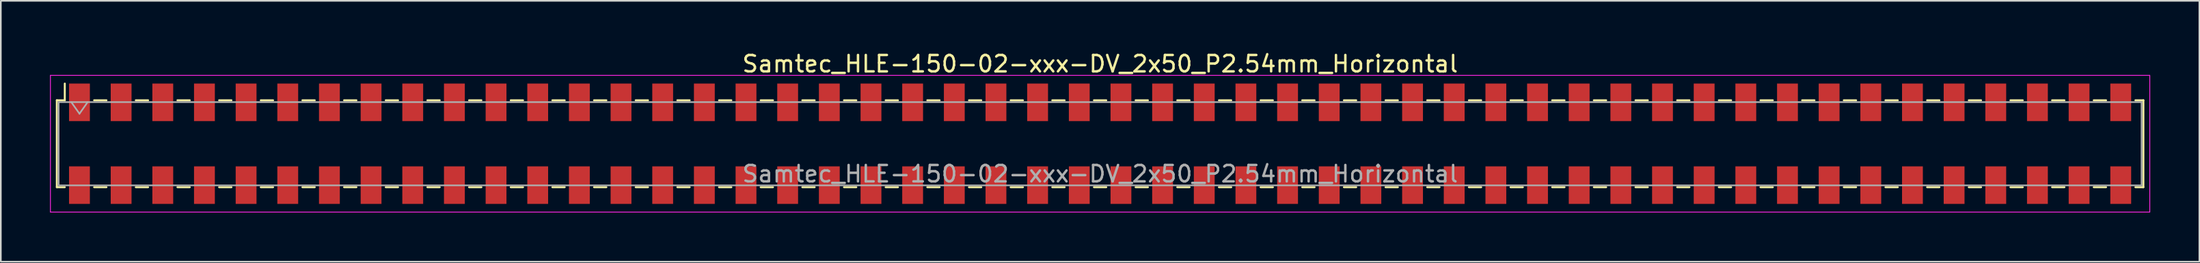
<source format=kicad_pcb>
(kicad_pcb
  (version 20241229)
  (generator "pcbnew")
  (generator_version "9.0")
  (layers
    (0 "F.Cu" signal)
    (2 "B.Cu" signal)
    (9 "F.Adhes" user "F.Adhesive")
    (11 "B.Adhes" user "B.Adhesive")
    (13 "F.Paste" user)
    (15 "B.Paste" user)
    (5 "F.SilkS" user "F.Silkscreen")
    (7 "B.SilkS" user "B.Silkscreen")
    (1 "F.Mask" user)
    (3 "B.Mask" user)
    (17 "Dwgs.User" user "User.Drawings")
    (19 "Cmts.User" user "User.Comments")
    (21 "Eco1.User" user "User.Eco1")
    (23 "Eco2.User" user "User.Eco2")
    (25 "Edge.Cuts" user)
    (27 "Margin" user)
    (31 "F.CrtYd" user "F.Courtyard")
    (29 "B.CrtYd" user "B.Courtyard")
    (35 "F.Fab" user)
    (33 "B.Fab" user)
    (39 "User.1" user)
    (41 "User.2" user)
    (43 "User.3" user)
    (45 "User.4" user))
  (footprint "Samtec_HLE-150-02-xxx-DV_2x50_P2.54mm_Horizontal"
    (layer "F.Cu")
    (at 64.025 5.718)
    (property "Reference" "Samtec_HLE-150-02-xxx-DV_2x50_P2.54mm_Horizontal" (at 0 -4.87 0) (layer "F.SilkS") (effects (font (size 1 1) (thickness 0.15))))
    (attr smd)
    (fp_line (start -63.61 -2.65) (end -63.61 2.65) (stroke (width 0.12) (type solid)) (layer "F.SilkS"))
    (fp_line (start -63.61 2.65) (end -63.125 2.65) (stroke (width 0.12) (type solid)) (layer "F.SilkS"))
    (fp_line (start -63.125 -3.67) (end -63.125 -2.65) (stroke (width 0.12) (type solid)) (layer "F.SilkS"))
    (fp_line (start -63.125 -2.65) (end -63.61 -2.65) (stroke (width 0.12) (type solid)) (layer "F.SilkS"))
    (fp_line (start -61.335 -2.65) (end -60.585 -2.65) (stroke (width 0.12) (type solid)) (layer "F.SilkS"))
    (fp_line (start -61.335 2.65) (end -60.585 2.65) (stroke (width 0.12) (type solid)) (layer "F.SilkS"))
    (fp_line (start -58.795 -2.65) (end -58.045 -2.65) (stroke (width 0.12) (type solid)) (layer "F.SilkS"))
    (fp_line (start -58.795 2.65) (end -58.045 2.65) (stroke (width 0.12) (type solid)) (layer "F.SilkS"))
    (fp_line (start -56.255 -2.65) (end -55.505 -2.65) (stroke (width 0.12) (type solid)) (layer "F.SilkS"))
    (fp_line (start -56.255 2.65) (end -55.505 2.65) (stroke (width 0.12) (type solid)) (layer "F.SilkS"))
    (fp_line (start -53.715 -2.65) (end -52.965 -2.65) (stroke (width 0.12) (type solid)) (layer "F.SilkS"))
    (fp_line (start -53.715 2.65) (end -52.965 2.65) (stroke (width 0.12) (type solid)) (layer "F.SilkS"))
    (fp_line (start -51.175 -2.65) (end -50.425 -2.65) (stroke (width 0.12) (type solid)) (layer "F.SilkS"))
    (fp_line (start -51.175 2.65) (end -50.425 2.65) (stroke (width 0.12) (type solid)) (layer "F.SilkS"))
    (fp_line (start -48.635 -2.65) (end -47.885 -2.65) (stroke (width 0.12) (type solid)) (layer "F.SilkS"))
    (fp_line (start -48.635 2.65) (end -47.885 2.65) (stroke (width 0.12) (type solid)) (layer "F.SilkS"))
    (fp_line (start -46.095 -2.65) (end -45.345 -2.65) (stroke (width 0.12) (type solid)) (layer "F.SilkS"))
    (fp_line (start -46.095 2.65) (end -45.345 2.65) (stroke (width 0.12) (type solid)) (layer "F.SilkS"))
    (fp_line (start -43.555 -2.65) (end -42.805 -2.65) (stroke (width 0.12) (type solid)) (layer "F.SilkS"))
    (fp_line (start -43.555 2.65) (end -42.805 2.65) (stroke (width 0.12) (type solid)) (layer "F.SilkS"))
    (fp_line (start -41.015 -2.65) (end -40.265 -2.65) (stroke (width 0.12) (type solid)) (layer "F.SilkS"))
    (fp_line (start -41.015 2.65) (end -40.265 2.65) (stroke (width 0.12) (type solid)) (layer "F.SilkS"))
    (fp_line (start -38.475 -2.65) (end -37.725 -2.65) (stroke (width 0.12) (type solid)) (layer "F.SilkS"))
    (fp_line (start -38.475 2.65) (end -37.725 2.65) (stroke (width 0.12) (type solid)) (layer "F.SilkS"))
    (fp_line (start -35.935 -2.65) (end -35.185 -2.65) (stroke (width 0.12) (type solid)) (layer "F.SilkS"))
    (fp_line (start -35.935 2.65) (end -35.185 2.65) (stroke (width 0.12) (type solid)) (layer "F.SilkS"))
    (fp_line (start -33.395 -2.65) (end -32.645 -2.65) (stroke (width 0.12) (type solid)) (layer "F.SilkS"))
    (fp_line (start -33.395 2.65) (end -32.645 2.65) (stroke (width 0.12) (type solid)) (layer "F.SilkS"))
    (fp_line (start -30.855 -2.65) (end -30.105 -2.65) (stroke (width 0.12) (type solid)) (layer "F.SilkS"))
    (fp_line (start -30.855 2.65) (end -30.105 2.65) (stroke (width 0.12) (type solid)) (layer "F.SilkS"))
    (fp_line (start -28.315 -2.65) (end -27.565 -2.65) (stroke (width 0.12) (type solid)) (layer "F.SilkS"))
    (fp_line (start -28.315 2.65) (end -27.565 2.65) (stroke (width 0.12) (type solid)) (layer "F.SilkS"))
    (fp_line (start -25.775 -2.65) (end -25.025 -2.65) (stroke (width 0.12) (type solid)) (layer "F.SilkS"))
    (fp_line (start -25.775 2.65) (end -25.025 2.65) (stroke (width 0.12) (type solid)) (layer "F.SilkS"))
    (fp_line (start -23.235 -2.65) (end -22.485 -2.65) (stroke (width 0.12) (type solid)) (layer "F.SilkS"))
    (fp_line (start -23.235 2.65) (end -22.485 2.65) (stroke (width 0.12) (type solid)) (layer "F.SilkS"))
    (fp_line (start -20.695 -2.65) (end -19.945 -2.65) (stroke (width 0.12) (type solid)) (layer "F.SilkS"))
    (fp_line (start -20.695 2.65) (end -19.945 2.65) (stroke (width 0.12) (type solid)) (layer "F.SilkS"))
    (fp_line (start -18.155 -2.65) (end -17.405 -2.65) (stroke (width 0.12) (type solid)) (layer "F.SilkS"))
    (fp_line (start -18.155 2.65) (end -17.405 2.65) (stroke (width 0.12) (type solid)) (layer "F.SilkS"))
    (fp_line (start -15.615 -2.65) (end -14.865 -2.65) (stroke (width 0.12) (type solid)) (layer "F.SilkS"))
    (fp_line (start -15.615 2.65) (end -14.865 2.65) (stroke (width 0.12) (type solid)) (layer "F.SilkS"))
    (fp_line (start -13.075 -2.65) (end -12.325 -2.65) (stroke (width 0.12) (type solid)) (layer "F.SilkS"))
    (fp_line (start -13.075 2.65) (end -12.325 2.65) (stroke (width 0.12) (type solid)) (layer "F.SilkS"))
    (fp_line (start -10.535 -2.65) (end -9.785 -2.65) (stroke (width 0.12) (type solid)) (layer "F.SilkS"))
    (fp_line (start -10.535 2.65) (end -9.785 2.65) (stroke (width 0.12) (type solid)) (layer "F.SilkS"))
    (fp_line (start -7.995 -2.65) (end -7.245 -2.65) (stroke (width 0.12) (type solid)) (layer "F.SilkS"))
    (fp_line (start -7.995 2.65) (end -7.245 2.65) (stroke (width 0.12) (type solid)) (layer "F.SilkS"))
    (fp_line (start -5.455 -2.65) (end -4.705 -2.65) (stroke (width 0.12) (type solid)) (layer "F.SilkS"))
    (fp_line (start -5.455 2.65) (end -4.705 2.65) (stroke (width 0.12) (type solid)) (layer "F.SilkS"))
    (fp_line (start -2.915 -2.65) (end -2.165 -2.65) (stroke (width 0.12) (type solid)) (layer "F.SilkS"))
    (fp_line (start -2.915 2.65) (end -2.165 2.65) (stroke (width 0.12) (type solid)) (layer "F.SilkS"))
    (fp_line (start -0.375 -2.65) (end 0.375 -2.65) (stroke (width 0.12) (type solid)) (layer "F.SilkS"))
    (fp_line (start -0.375 2.65) (end 0.375 2.65) (stroke (width 0.12) (type solid)) (layer "F.SilkS"))
    (fp_line (start 2.165 -2.65) (end 2.915 -2.65) (stroke (width 0.12) (type solid)) (layer "F.SilkS"))
    (fp_line (start 2.165 2.65) (end 2.915 2.65) (stroke (width 0.12) (type solid)) (layer "F.SilkS"))
    (fp_line (start 4.705 -2.65) (end 5.455 -2.65) (stroke (width 0.12) (type solid)) (layer "F.SilkS"))
    (fp_line (start 4.705 2.65) (end 5.455 2.65) (stroke (width 0.12) (type solid)) (layer "F.SilkS"))
    (fp_line (start 7.245 -2.65) (end 7.995 -2.65) (stroke (width 0.12) (type solid)) (layer "F.SilkS"))
    (fp_line (start 7.245 2.65) (end 7.995 2.65) (stroke (width 0.12) (type solid)) (layer "F.SilkS"))
    (fp_line (start 9.785 -2.65) (end 10.535 -2.65) (stroke (width 0.12) (type solid)) (layer "F.SilkS"))
    (fp_line (start 9.785 2.65) (end 10.535 2.65) (stroke (width 0.12) (type solid)) (layer "F.SilkS"))
    (fp_line (start 12.325 -2.65) (end 13.075 -2.65) (stroke (width 0.12) (type solid)) (layer "F.SilkS"))
    (fp_line (start 12.325 2.65) (end 13.075 2.65) (stroke (width 0.12) (type solid)) (layer "F.SilkS"))
    (fp_line (start 14.865 -2.65) (end 15.615 -2.65) (stroke (width 0.12) (type solid)) (layer "F.SilkS"))
    (fp_line (start 14.865 2.65) (end 15.615 2.65) (stroke (width 0.12) (type solid)) (layer "F.SilkS"))
    (fp_line (start 17.405 -2.65) (end 18.155 -2.65) (stroke (width 0.12) (type solid)) (layer "F.SilkS"))
    (fp_line (start 17.405 2.65) (end 18.155 2.65) (stroke (width 0.12) (type solid)) (layer "F.SilkS"))
    (fp_line (start 19.945 -2.65) (end 20.695 -2.65) (stroke (width 0.12) (type solid)) (layer "F.SilkS"))
    (fp_line (start 19.945 2.65) (end 20.695 2.65) (stroke (width 0.12) (type solid)) (layer "F.SilkS"))
    (fp_line (start 22.485 -2.65) (end 23.235 -2.65) (stroke (width 0.12) (type solid)) (layer "F.SilkS"))
    (fp_line (start 22.485 2.65) (end 23.235 2.65) (stroke (width 0.12) (type solid)) (layer "F.SilkS"))
    (fp_line (start 25.025 -2.65) (end 25.775 -2.65) (stroke (width 0.12) (type solid)) (layer "F.SilkS"))
    (fp_line (start 25.025 2.65) (end 25.775 2.65) (stroke (width 0.12) (type solid)) (layer "F.SilkS"))
    (fp_line (start 27.565 -2.65) (end 28.315 -2.65) (stroke (width 0.12) (type solid)) (layer "F.SilkS"))
    (fp_line (start 27.565 2.65) (end 28.315 2.65) (stroke (width 0.12) (type solid)) (layer "F.SilkS"))
    (fp_line (start 30.105 -2.65) (end 30.855 -2.65) (stroke (width 0.12) (type solid)) (layer "F.SilkS"))
    (fp_line (start 30.105 2.65) (end 30.855 2.65) (stroke (width 0.12) (type solid)) (layer "F.SilkS"))
    (fp_line (start 32.645 -2.65) (end 33.395 -2.65) (stroke (width 0.12) (type solid)) (layer "F.SilkS"))
    (fp_line (start 32.645 2.65) (end 33.395 2.65) (stroke (width 0.12) (type solid)) (layer "F.SilkS"))
    (fp_line (start 35.185 -2.65) (end 35.935 -2.65) (stroke (width 0.12) (type solid)) (layer "F.SilkS"))
    (fp_line (start 35.185 2.65) (end 35.935 2.65) (stroke (width 0.12) (type solid)) (layer "F.SilkS"))
    (fp_line (start 37.725 -2.65) (end 38.475 -2.65) (stroke (width 0.12) (type solid)) (layer "F.SilkS"))
    (fp_line (start 37.725 2.65) (end 38.475 2.65) (stroke (width 0.12) (type solid)) (layer "F.SilkS"))
    (fp_line (start 40.265 -2.65) (end 41.015 -2.65) (stroke (width 0.12) (type solid)) (layer "F.SilkS"))
    (fp_line (start 40.265 2.65) (end 41.015 2.65) (stroke (width 0.12) (type solid)) (layer "F.SilkS"))
    (fp_line (start 42.805 -2.65) (end 43.555 -2.65) (stroke (width 0.12) (type solid)) (layer "F.SilkS"))
    (fp_line (start 42.805 2.65) (end 43.555 2.65) (stroke (width 0.12) (type solid)) (layer "F.SilkS"))
    (fp_line (start 45.345 -2.65) (end 46.095 -2.65) (stroke (width 0.12) (type solid)) (layer "F.SilkS"))
    (fp_line (start 45.345 2.65) (end 46.095 2.65) (stroke (width 0.12) (type solid)) (layer "F.SilkS"))
    (fp_line (start 47.885 -2.65) (end 48.635 -2.65) (stroke (width 0.12) (type solid)) (layer "F.SilkS"))
    (fp_line (start 47.885 2.65) (end 48.635 2.65) (stroke (width 0.12) (type solid)) (layer "F.SilkS"))
    (fp_line (start 50.425 -2.65) (end 51.175 -2.65) (stroke (width 0.12) (type solid)) (layer "F.SilkS"))
    (fp_line (start 50.425 2.65) (end 51.175 2.65) (stroke (width 0.12) (type solid)) (layer "F.SilkS"))
    (fp_line (start 52.965 -2.65) (end 53.715 -2.65) (stroke (width 0.12) (type solid)) (layer "F.SilkS"))
    (fp_line (start 52.965 2.65) (end 53.715 2.65) (stroke (width 0.12) (type solid)) (layer "F.SilkS"))
    (fp_line (start 55.505 -2.65) (end 56.255 -2.65) (stroke (width 0.12) (type solid)) (layer "F.SilkS"))
    (fp_line (start 55.505 2.65) (end 56.255 2.65) (stroke (width 0.12) (type solid)) (layer "F.SilkS"))
    (fp_line (start 58.045 -2.65) (end 58.795 -2.65) (stroke (width 0.12) (type solid)) (layer "F.SilkS"))
    (fp_line (start 58.045 2.65) (end 58.795 2.65) (stroke (width 0.12) (type solid)) (layer "F.SilkS"))
    (fp_line (start 60.585 -2.65) (end 61.335 -2.65) (stroke (width 0.12) (type solid)) (layer "F.SilkS"))
    (fp_line (start 60.585 2.65) (end 61.335 2.65) (stroke (width 0.12) (type solid)) (layer "F.SilkS"))
    (fp_line (start 63.125 -2.65) (end 63.61 -2.65) (stroke (width 0.12) (type solid)) (layer "F.SilkS"))
    (fp_line (start 63.61 -2.65) (end 63.61 2.65) (stroke (width 0.12) (type solid)) (layer "F.SilkS"))
    (fp_line (start 63.61 2.65) (end 63.125 2.65) (stroke (width 0.12) (type solid)) (layer "F.SilkS"))
    (fp_line (start -64 -4.17) (end 64 -4.17) (stroke (width 0.05) (type solid)) (layer "F.CrtYd"))
    (fp_line (start -64 4.17) (end -64 -4.17) (stroke (width 0.05) (type solid)) (layer "F.CrtYd"))
    (fp_line (start 64 -4.17) (end 64 4.17) (stroke (width 0.05) (type solid)) (layer "F.CrtYd"))
    (fp_line (start 64 4.17) (end -64 4.17) (stroke (width 0.05) (type solid)) (layer "F.CrtYd"))
    (fp_line (start -63.5 -2.54) (end 63.5 -2.54) (stroke (width 0.1) (type solid)) (layer "F.Fab"))
    (fp_line (start -63.5 2.54) (end -63.5 -2.54) (stroke (width 0.1) (type solid)) (layer "F.Fab"))
    (fp_line (start -62.73 -2.54) (end -62.23 -1.833) (stroke (width 0.1) (type solid)) (layer "F.Fab"))
    (fp_line (start -62.23 -1.833) (end -61.73 -2.54) (stroke (width 0.1) (type solid)) (layer "F.Fab"))
    (fp_line (start 63.5 -2.54) (end 63.5 2.54) (stroke (width 0.1) (type solid)) (layer "F.Fab"))
    (fp_line (start 63.5 2.54) (end -63.5 2.54) (stroke (width 0.1) (type solid)) (layer "F.Fab"))
    (fp_text user "${REFERENCE}" (at 0 1.84 0) (layer "F.Fab") (effects (font (size 1 1) (thickness 0.15))))
    (pad "1" smd rect (at -62.23 -2.525) (size 1.27 2.29) (layers "F.Cu" "F.Mask" "F.Paste"))
    (pad "2" smd rect (at -62.23 2.525) (size 1.27 2.29) (layers "F.Cu" "F.Mask" "F.Paste"))
    (pad "3" smd rect (at -59.69 -2.525) (size 1.27 2.29) (layers "F.Cu" "F.Mask" "F.Paste"))
    (pad "4" smd rect (at -59.69 2.525) (size 1.27 2.29) (layers "F.Cu" "F.Mask" "F.Paste"))
    (pad "5" smd rect (at -57.15 -2.525) (size 1.27 2.29) (layers "F.Cu" "F.Mask" "F.Paste"))
    (pad "6" smd rect (at -57.15 2.525) (size 1.27 2.29) (layers "F.Cu" "F.Mask" "F.Paste"))
    (pad "7" smd rect (at -54.61 -2.525) (size 1.27 2.29) (layers "F.Cu" "F.Mask" "F.Paste"))
    (pad "8" smd rect (at -54.61 2.525) (size 1.27 2.29) (layers "F.Cu" "F.Mask" "F.Paste"))
    (pad "9" smd rect (at -52.07 -2.525) (size 1.27 2.29) (layers "F.Cu" "F.Mask" "F.Paste"))
    (pad "10" smd rect (at -52.07 2.525) (size 1.27 2.29) (layers "F.Cu" "F.Mask" "F.Paste"))
    (pad "11" smd rect (at -49.53 -2.525) (size 1.27 2.29) (layers "F.Cu" "F.Mask" "F.Paste"))
    (pad "12" smd rect (at -49.53 2.525) (size 1.27 2.29) (layers "F.Cu" "F.Mask" "F.Paste"))
    (pad "13" smd rect (at -46.99 -2.525) (size 1.27 2.29) (layers "F.Cu" "F.Mask" "F.Paste"))
    (pad "14" smd rect (at -46.99 2.525) (size 1.27 2.29) (layers "F.Cu" "F.Mask" "F.Paste"))
    (pad "15" smd rect (at -44.45 -2.525) (size 1.27 2.29) (layers "F.Cu" "F.Mask" "F.Paste"))
    (pad "16" smd rect (at -44.45 2.525) (size 1.27 2.29) (layers "F.Cu" "F.Mask" "F.Paste"))
    (pad "17" smd rect (at -41.91 -2.525) (size 1.27 2.29) (layers "F.Cu" "F.Mask" "F.Paste"))
    (pad "18" smd rect (at -41.91 2.525) (size 1.27 2.29) (layers "F.Cu" "F.Mask" "F.Paste"))
    (pad "19" smd rect (at -39.37 -2.525) (size 1.27 2.29) (layers "F.Cu" "F.Mask" "F.Paste"))
    (pad "20" smd rect (at -39.37 2.525) (size 1.27 2.29) (layers "F.Cu" "F.Mask" "F.Paste"))
    (pad "21" smd rect (at -36.83 -2.525) (size 1.27 2.29) (layers "F.Cu" "F.Mask" "F.Paste"))
    (pad "22" smd rect (at -36.83 2.525) (size 1.27 2.29) (layers "F.Cu" "F.Mask" "F.Paste"))
    (pad "23" smd rect (at -34.29 -2.525) (size 1.27 2.29) (layers "F.Cu" "F.Mask" "F.Paste"))
    (pad "24" smd rect (at -34.29 2.525) (size 1.27 2.29) (layers "F.Cu" "F.Mask" "F.Paste"))
    (pad "25" smd rect (at -31.75 -2.525) (size 1.27 2.29) (layers "F.Cu" "F.Mask" "F.Paste"))
    (pad "26" smd rect (at -31.75 2.525) (size 1.27 2.29) (layers "F.Cu" "F.Mask" "F.Paste"))
    (pad "27" smd rect (at -29.21 -2.525) (size 1.27 2.29) (layers "F.Cu" "F.Mask" "F.Paste"))
    (pad "28" smd rect (at -29.21 2.525) (size 1.27 2.29) (layers "F.Cu" "F.Mask" "F.Paste"))
    (pad "29" smd rect (at -26.67 -2.525) (size 1.27 2.29) (layers "F.Cu" "F.Mask" "F.Paste"))
    (pad "30" smd rect (at -26.67 2.525) (size 1.27 2.29) (layers "F.Cu" "F.Mask" "F.Paste"))
    (pad "31" smd rect (at -24.13 -2.525) (size 1.27 2.29) (layers "F.Cu" "F.Mask" "F.Paste"))
    (pad "32" smd rect (at -24.13 2.525) (size 1.27 2.29) (layers "F.Cu" "F.Mask" "F.Paste"))
    (pad "33" smd rect (at -21.59 -2.525) (size 1.27 2.29) (layers "F.Cu" "F.Mask" "F.Paste"))
    (pad "34" smd rect (at -21.59 2.525) (size 1.27 2.29) (layers "F.Cu" "F.Mask" "F.Paste"))
    (pad "35" smd rect (at -19.05 -2.525) (size 1.27 2.29) (layers "F.Cu" "F.Mask" "F.Paste"))
    (pad "36" smd rect (at -19.05 2.525) (size 1.27 2.29) (layers "F.Cu" "F.Mask" "F.Paste"))
    (pad "37" smd rect (at -16.51 -2.525) (size 1.27 2.29) (layers "F.Cu" "F.Mask" "F.Paste"))
    (pad "38" smd rect (at -16.51 2.525) (size 1.27 2.29) (layers "F.Cu" "F.Mask" "F.Paste"))
    (pad "39" smd rect (at -13.97 -2.525) (size 1.27 2.29) (layers "F.Cu" "F.Mask" "F.Paste"))
    (pad "40" smd rect (at -13.97 2.525) (size 1.27 2.29) (layers "F.Cu" "F.Mask" "F.Paste"))
    (pad "41" smd rect (at -11.43 -2.525) (size 1.27 2.29) (layers "F.Cu" "F.Mask" "F.Paste"))
    (pad "42" smd rect (at -11.43 2.525) (size 1.27 2.29) (layers "F.Cu" "F.Mask" "F.Paste"))
    (pad "43" smd rect (at -8.89 -2.525) (size 1.27 2.29) (layers "F.Cu" "F.Mask" "F.Paste"))
    (pad "44" smd rect (at -8.89 2.525) (size 1.27 2.29) (layers "F.Cu" "F.Mask" "F.Paste"))
    (pad "45" smd rect (at -6.35 -2.525) (size 1.27 2.29) (layers "F.Cu" "F.Mask" "F.Paste"))
    (pad "46" smd rect (at -6.35 2.525) (size 1.27 2.29) (layers "F.Cu" "F.Mask" "F.Paste"))
    (pad "47" smd rect (at -3.81 -2.525) (size 1.27 2.29) (layers "F.Cu" "F.Mask" "F.Paste"))
    (pad "48" smd rect (at -3.81 2.525) (size 1.27 2.29) (layers "F.Cu" "F.Mask" "F.Paste"))
    (pad "49" smd rect (at -1.27 -2.525) (size 1.27 2.29) (layers "F.Cu" "F.Mask" "F.Paste"))
    (pad "50" smd rect (at -1.27 2.525) (size 1.27 2.29) (layers "F.Cu" "F.Mask" "F.Paste"))
    (pad "51" smd rect (at 1.27 -2.525) (size 1.27 2.29) (layers "F.Cu" "F.Mask" "F.Paste"))
    (pad "52" smd rect (at 1.27 2.525) (size 1.27 2.29) (layers "F.Cu" "F.Mask" "F.Paste"))
    (pad "53" smd rect (at 3.81 -2.525) (size 1.27 2.29) (layers "F.Cu" "F.Mask" "F.Paste"))
    (pad "54" smd rect (at 3.81 2.525) (size 1.27 2.29) (layers "F.Cu" "F.Mask" "F.Paste"))
    (pad "55" smd rect (at 6.35 -2.525) (size 1.27 2.29) (layers "F.Cu" "F.Mask" "F.Paste"))
    (pad "56" smd rect (at 6.35 2.525) (size 1.27 2.29) (layers "F.Cu" "F.Mask" "F.Paste"))
    (pad "57" smd rect (at 8.89 -2.525) (size 1.27 2.29) (layers "F.Cu" "F.Mask" "F.Paste"))
    (pad "58" smd rect (at 8.89 2.525) (size 1.27 2.29) (layers "F.Cu" "F.Mask" "F.Paste"))
    (pad "59" smd rect (at 11.43 -2.525) (size 1.27 2.29) (layers "F.Cu" "F.Mask" "F.Paste"))
    (pad "60" smd rect (at 11.43 2.525) (size 1.27 2.29) (layers "F.Cu" "F.Mask" "F.Paste"))
    (pad "61" smd rect (at 13.97 -2.525) (size 1.27 2.29) (layers "F.Cu" "F.Mask" "F.Paste"))
    (pad "62" smd rect (at 13.97 2.525) (size 1.27 2.29) (layers "F.Cu" "F.Mask" "F.Paste"))
    (pad "63" smd rect (at 16.51 -2.525) (size 1.27 2.29) (layers "F.Cu" "F.Mask" "F.Paste"))
    (pad "64" smd rect (at 16.51 2.525) (size 1.27 2.29) (layers "F.Cu" "F.Mask" "F.Paste"))
    (pad "65" smd rect (at 19.05 -2.525) (size 1.27 2.29) (layers "F.Cu" "F.Mask" "F.Paste"))
    (pad "66" smd rect (at 19.05 2.525) (size 1.27 2.29) (layers "F.Cu" "F.Mask" "F.Paste"))
    (pad "67" smd rect (at 21.59 -2.525) (size 1.27 2.29) (layers "F.Cu" "F.Mask" "F.Paste"))
    (pad "68" smd rect (at 21.59 2.525) (size 1.27 2.29) (layers "F.Cu" "F.Mask" "F.Paste"))
    (pad "69" smd rect (at 24.13 -2.525) (size 1.27 2.29) (layers "F.Cu" "F.Mask" "F.Paste"))
    (pad "70" smd rect (at 24.13 2.525) (size 1.27 2.29) (layers "F.Cu" "F.Mask" "F.Paste"))
    (pad "71" smd rect (at 26.67 -2.525) (size 1.27 2.29) (layers "F.Cu" "F.Mask" "F.Paste"))
    (pad "72" smd rect (at 26.67 2.525) (size 1.27 2.29) (layers "F.Cu" "F.Mask" "F.Paste"))
    (pad "73" smd rect (at 29.21 -2.525) (size 1.27 2.29) (layers "F.Cu" "F.Mask" "F.Paste"))
    (pad "74" smd rect (at 29.21 2.525) (size 1.27 2.29) (layers "F.Cu" "F.Mask" "F.Paste"))
    (pad "75" smd rect (at 31.75 -2.525) (size 1.27 2.29) (layers "F.Cu" "F.Mask" "F.Paste"))
    (pad "76" smd rect (at 31.75 2.525) (size 1.27 2.29) (layers "F.Cu" "F.Mask" "F.Paste"))
    (pad "77" smd rect (at 34.29 -2.525) (size 1.27 2.29) (layers "F.Cu" "F.Mask" "F.Paste"))
    (pad "78" smd rect (at 34.29 2.525) (size 1.27 2.29) (layers "F.Cu" "F.Mask" "F.Paste"))
    (pad "79" smd rect (at 36.83 -2.525) (size 1.27 2.29) (layers "F.Cu" "F.Mask" "F.Paste"))
    (pad "80" smd rect (at 36.83 2.525) (size 1.27 2.29) (layers "F.Cu" "F.Mask" "F.Paste"))
    (pad "81" smd rect (at 39.37 -2.525) (size 1.27 2.29) (layers "F.Cu" "F.Mask" "F.Paste"))
    (pad "82" smd rect (at 39.37 2.525) (size 1.27 2.29) (layers "F.Cu" "F.Mask" "F.Paste"))
    (pad "83" smd rect (at 41.91 -2.525) (size 1.27 2.29) (layers "F.Cu" "F.Mask" "F.Paste"))
    (pad "84" smd rect (at 41.91 2.525) (size 1.27 2.29) (layers "F.Cu" "F.Mask" "F.Paste"))
    (pad "85" smd rect (at 44.45 -2.525) (size 1.27 2.29) (layers "F.Cu" "F.Mask" "F.Paste"))
    (pad "86" smd rect (at 44.45 2.525) (size 1.27 2.29) (layers "F.Cu" "F.Mask" "F.Paste"))
    (pad "87" smd rect (at 46.99 -2.525) (size 1.27 2.29) (layers "F.Cu" "F.Mask" "F.Paste"))
    (pad "88" smd rect (at 46.99 2.525) (size 1.27 2.29) (layers "F.Cu" "F.Mask" "F.Paste"))
    (pad "89" smd rect (at 49.53 -2.525) (size 1.27 2.29) (layers "F.Cu" "F.Mask" "F.Paste"))
    (pad "90" smd rect (at 49.53 2.525) (size 1.27 2.29) (layers "F.Cu" "F.Mask" "F.Paste"))
    (pad "91" smd rect (at 52.07 -2.525) (size 1.27 2.29) (layers "F.Cu" "F.Mask" "F.Paste"))
    (pad "92" smd rect (at 52.07 2.525) (size 1.27 2.29) (layers "F.Cu" "F.Mask" "F.Paste"))
    (pad "93" smd rect (at 54.61 -2.525) (size 1.27 2.29) (layers "F.Cu" "F.Mask" "F.Paste"))
    (pad "94" smd rect (at 54.61 2.525) (size 1.27 2.29) (layers "F.Cu" "F.Mask" "F.Paste"))
    (pad "95" smd rect (at 57.15 -2.525) (size 1.27 2.29) (layers "F.Cu" "F.Mask" "F.Paste"))
    (pad "96" smd rect (at 57.15 2.525) (size 1.27 2.29) (layers "F.Cu" "F.Mask" "F.Paste"))
    (pad "97" smd rect (at 59.69 -2.525) (size 1.27 2.29) (layers "F.Cu" "F.Mask" "F.Paste"))
    (pad "98" smd rect (at 59.69 2.525) (size 1.27 2.29) (layers "F.Cu" "F.Mask" "F.Paste"))
    (pad "99" smd rect (at 62.23 -2.525) (size 1.27 2.29) (layers "F.Cu" "F.Mask" "F.Paste"))
    (pad "100" smd rect (at 62.23 2.525) (size 1.27 2.29) (layers "F.Cu" "F.Mask" "F.Paste")))
  (gr_rect
    (start -3 -3)
    (end 131.05 12.913)
    (stroke (width 0.1) (type default))
    (fill no)
    (layer "Edge.Cuts")))
</source>
